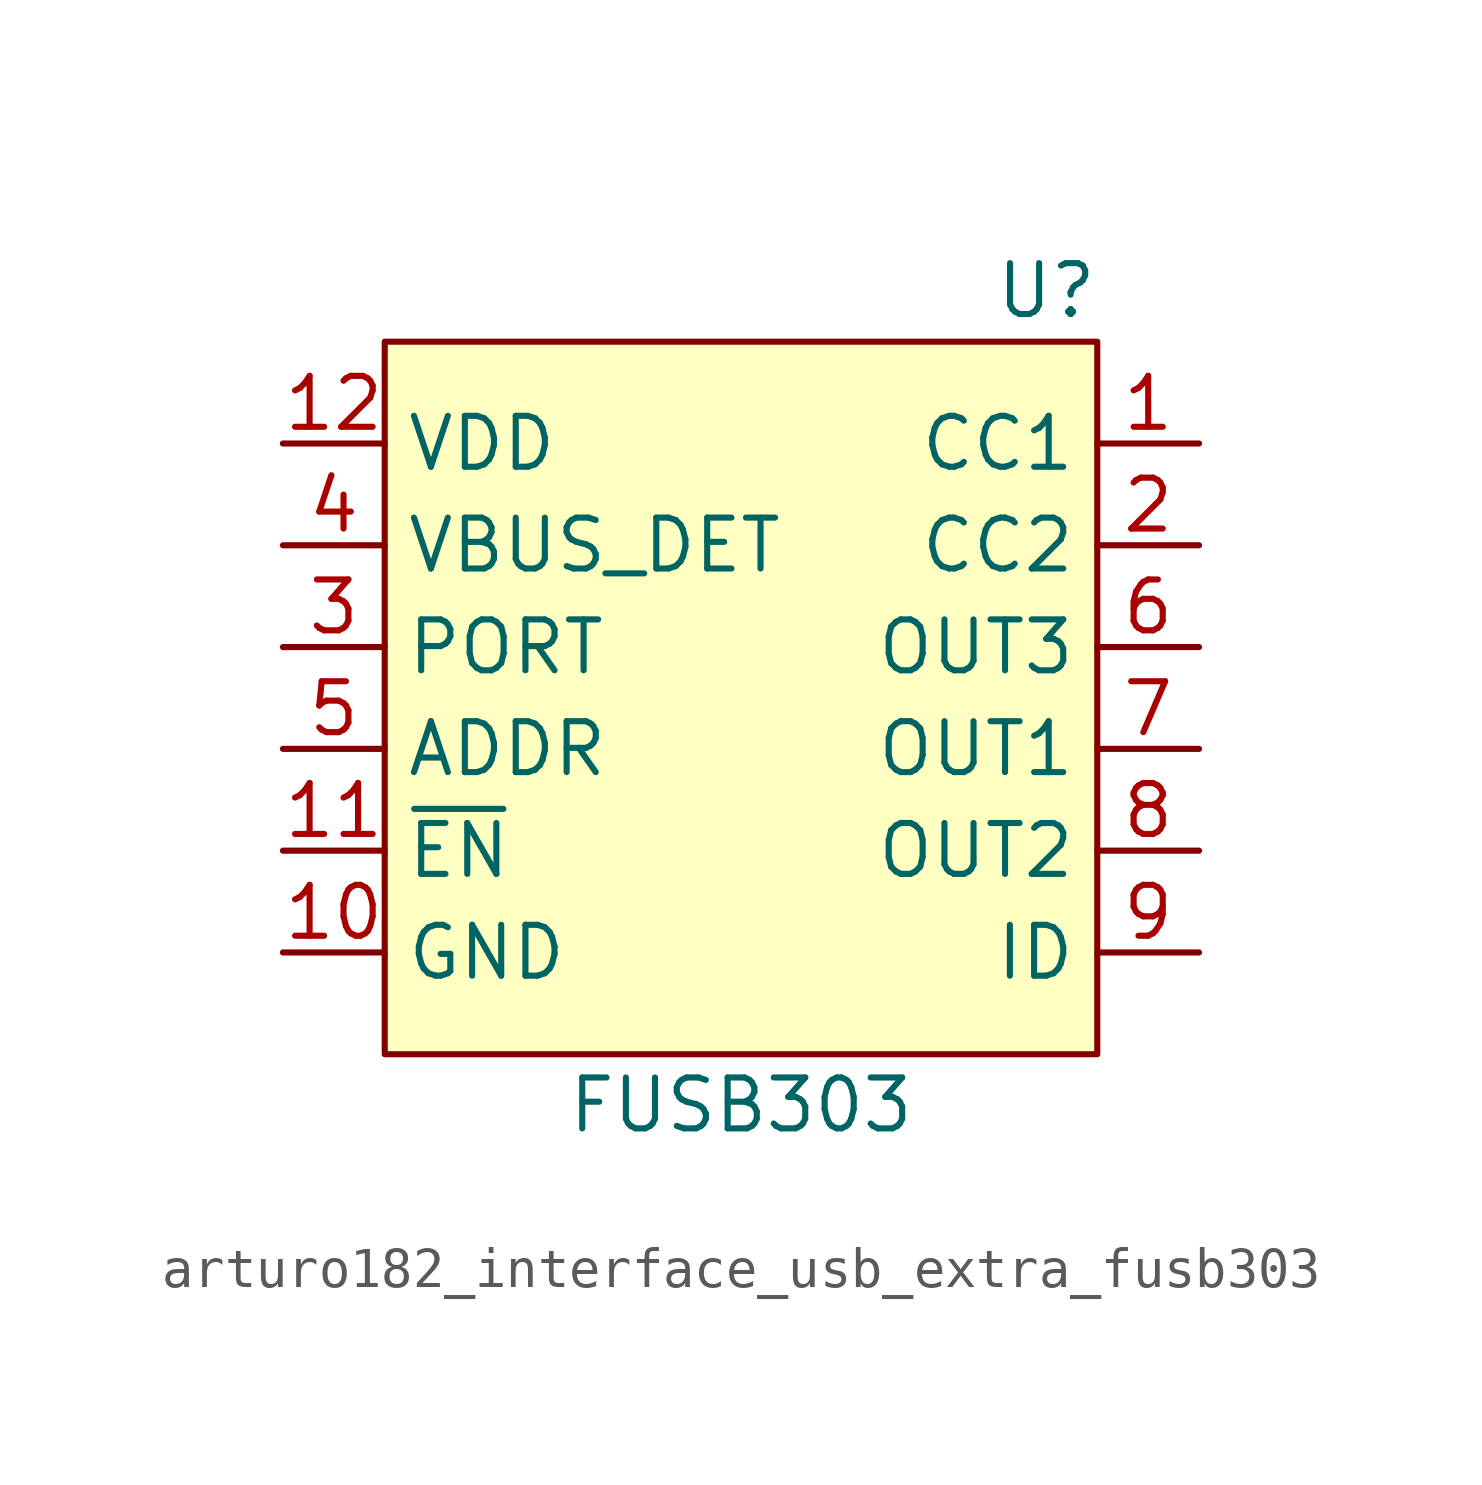
<source format=kicad_sym>
(kicad_symbol_lib
  (version 20220914)
  (generator kicad_symbol_editor)
  (symbol "arturo182_interface_usb_extra_fusb303"
    (property "Reference" "U"
      (at 7.62 11.43 0)
      (effects (font (size 1.27 1.27))))
    (property "Value" "FUSB303"
      (at 0 -8.89 0)
      (effects (font (size 1.27 1.27))))
    (symbol "arturo182_interface_usb_extra_fusb303_0_0"
      (pin bidirectional line (at 11.43 7.62 180) (length 2.54) (name "CC1" (effects (font (size 1.27 1.27)))) (number "1" (effects (font (size 1.27 1.27)))))
      (pin power_in line (at -11.43 -5.08 0) (length 2.54) (name "GND" (effects (font (size 1.27 1.27)))) (number "10" (effects (font (size 1.27 1.27)))))
      (pin input line (at -11.43 -2.54 0) (length 2.54) (name "~{EN}" (effects (font (size 1.27 1.27)))) (number "11" (effects (font (size 1.27 1.27)))))
      (pin power_in line (at -11.43 7.62 0) (length 2.54) (name "VDD" (effects (font (size 1.27 1.27)))) (number "12" (effects (font (size 1.27 1.27)))))
      (pin bidirectional line (at 11.43 5.08 180) (length 2.54) (name "CC2" (effects (font (size 1.27 1.27)))) (number "2" (effects (font (size 1.27 1.27)))))
      (pin input line (at -11.43 2.54 0) (length 2.54) (name "PORT" (effects (font (size 1.27 1.27)))) (number "3" (effects (font (size 1.27 1.27)))))
      (pin input line (at -11.43 5.08 0) (length 2.54) (name "VBUS_DET" (effects (font (size 1.27 1.27)))) (number "4" (effects (font (size 1.27 1.27)))))
      (pin input line (at -11.43 0 0) (length 2.54) (name "ADDR" (effects (font (size 1.27 1.27)))) (number "5" (effects (font (size 1.27 1.27)))))
      (pin output line (at 11.43 2.54 180) (length 2.54) (name "OUT3" (effects (font (size 1.27 1.27)))) (number "6" (effects (font (size 1.27 1.27)))))
      (pin bidirectional line (at 11.43 0 180) (length 2.54) (name "OUT1" (effects (font (size 1.27 1.27)))) (number "7" (effects (font (size 1.27 1.27)))))
      (pin bidirectional line (at 11.43 -2.54 180) (length 2.54) (name "OUT2" (effects (font (size 1.27 1.27)))) (number "8" (effects (font (size 1.27 1.27)))))
      (pin output line (at 11.43 -5.08 180) (length 2.54) (name "ID" (effects (font (size 1.27 1.27)))) (number "9" (effects (font (size 1.27 1.27))))))
    (symbol "arturo182_interface_usb_extra_fusb303_1_1"
      (rectangle (start -8.89 10.16) (end 8.89 -7.62) (stroke (width 0) (type default)) (fill (type background))))))
</source>
